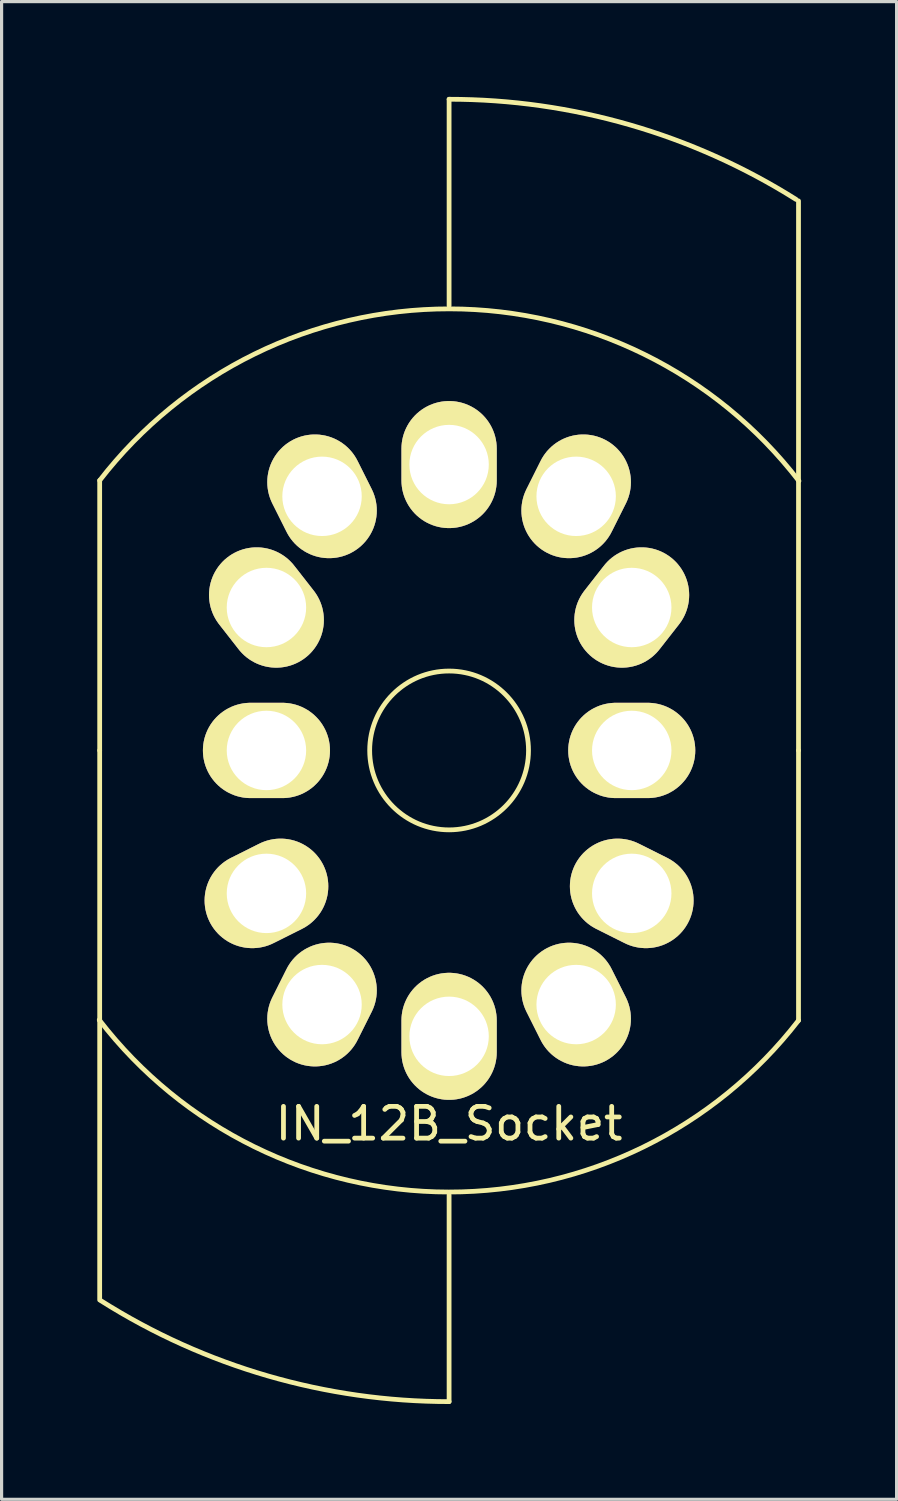
<source format=kicad_pcb>
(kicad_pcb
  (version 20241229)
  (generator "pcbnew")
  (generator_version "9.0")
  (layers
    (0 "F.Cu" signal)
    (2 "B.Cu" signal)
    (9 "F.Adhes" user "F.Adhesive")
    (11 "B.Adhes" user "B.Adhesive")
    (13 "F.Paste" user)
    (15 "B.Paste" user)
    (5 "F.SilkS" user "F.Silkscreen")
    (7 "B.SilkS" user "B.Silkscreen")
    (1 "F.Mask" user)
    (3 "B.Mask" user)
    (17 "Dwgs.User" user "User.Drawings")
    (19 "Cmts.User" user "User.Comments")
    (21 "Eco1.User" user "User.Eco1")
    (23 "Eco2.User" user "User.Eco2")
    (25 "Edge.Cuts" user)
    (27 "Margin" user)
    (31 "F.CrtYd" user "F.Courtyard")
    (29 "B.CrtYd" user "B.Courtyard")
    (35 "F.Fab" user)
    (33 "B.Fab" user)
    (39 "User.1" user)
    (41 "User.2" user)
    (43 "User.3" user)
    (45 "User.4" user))
  (footprint "IN_12B_Socket"
    (layer "F.Cu")
    (at 11.088 20.575)
    (property "Reference" "IN_12B_Socket" (at 0 11.75 0) (layer "F.SilkS") (effects (font (size 1 1) (thickness 0.15))))
    (attr through_hole)
    (fp_line (start -11 0) (end -11 -8.5) (stroke (width 0.15) (type solid)) (layer "F.SilkS"))
    (fp_line (start -11 0) (end -11 8.5) (stroke (width 0.15) (type solid)) (layer "F.SilkS"))
    (fp_line (start -11 17.3) (end -11 8.5) (stroke (width 0.15) (type solid)) (layer "F.SilkS"))
    (fp_line (start 0 -20.5) (end 0 -14) (stroke (width 0.15) (type solid)) (layer "F.SilkS"))
    (fp_line (start 0 20.5) (end 0 14) (stroke (width 0.15) (type solid)) (layer "F.SilkS"))
    (fp_line (start 11 -17.3) (end 11 -8.5) (stroke (width 0.15) (type solid)) (layer "F.SilkS"))
    (fp_line (start 11 0) (end 11 -8.5) (stroke (width 0.15) (type solid)) (layer "F.SilkS"))
    (fp_line (start 11 0) (end 11 8.5) (stroke (width 0.15) (type solid)) (layer "F.SilkS"))
    (fp_arc (start -11 -8.5) (mid 0.010734 -13.901435) (end 11.013113 -8.483003) (stroke (width 0.15) (type solid)) (layer "F.SilkS"))
    (fp_arc (start 0 -20.5) (mid 5.684951 -19.695973) (end 10.923964 -17.34696) (stroke (width 0.15) (type solid)) (layer "F.SilkS"))
    (fp_arc (start 0 20.5) (mid -5.702136 19.691004) (end -10.954223 17.327868) (stroke (width 0.15) (type solid)) (layer "F.SilkS"))
    (fp_arc (start 11 8.5) (mid -0.010734 13.901435) (end -11.013113 8.483003) (stroke (width 0.15) (type solid)) (layer "F.SilkS"))
    (fp_circle (center 0 0) (end 2.5 0) (stroke (width 0.15) (type solid)) (fill no) (layer "F.SilkS"))
    (pad "1" thru_hole oval (at 4 -8 333.4) (size 3 4) (drill 2.5) (layers "*.Cu" "*.Mask" "F.SilkS"))
    (pad "2" thru_hole oval (at 5.75 -4.5 322) (size 3 4) (drill 2.5) (layers "*.Cu" "*.Mask" "F.SilkS"))
    (pad "3" thru_hole oval (at 5.75 0 270) (size 3 4) (drill 2.5) (layers "*.Cu" "*.Mask" "F.SilkS"))
    (pad "4" thru_hole oval (at 5.75 4.5 243.4) (size 3 4) (drill 2.5) (layers "*.Cu" "*.Mask" "F.SilkS"))
    (pad "5" thru_hole oval (at 4 8 206.6) (size 3 4) (drill 2.5) (layers "*.Cu" "*.Mask" "F.SilkS"))
    (pad "6" thru_hole oval (at 0 9) (size 3 4) (drill 2.5) (layers "*.Cu" "*.Mask" "F.SilkS"))
    (pad "7" thru_hole oval (at -4 8 153.4) (size 3 4) (drill 2.5) (layers "*.Cu" "*.Mask" "F.SilkS"))
    (pad "8" thru_hole oval (at -5.75 4.5 116.6) (size 3 4) (drill 2.5) (layers "*.Cu" "*.Mask" "F.SilkS"))
    (pad "9" thru_hole oval (at -5.75 0 90) (size 3 4) (drill 2.5) (layers "*.Cu" "*.Mask" "F.SilkS"))
    (pad "10" thru_hole oval (at -5.75 -4.5 38) (size 3 4) (drill 2.5) (layers "*.Cu" "*.Mask" "F.SilkS"))
    (pad "11" thru_hole oval (at -4 -8 26.6) (size 3 4) (drill 2.5) (layers "*.Cu" "*.Mask" "F.SilkS"))
    (pad "12" thru_hole oval (at 0 -9) (size 3 4) (drill 2.5) (layers "*.Cu" "*.Mask" "F.SilkS")))
  (gr_rect
    (start -3 -3)
    (end 25.176 44.15)
    (stroke (width 0.1) (type default))
    (fill no)
    (layer "Edge.Cuts")))
</source>
